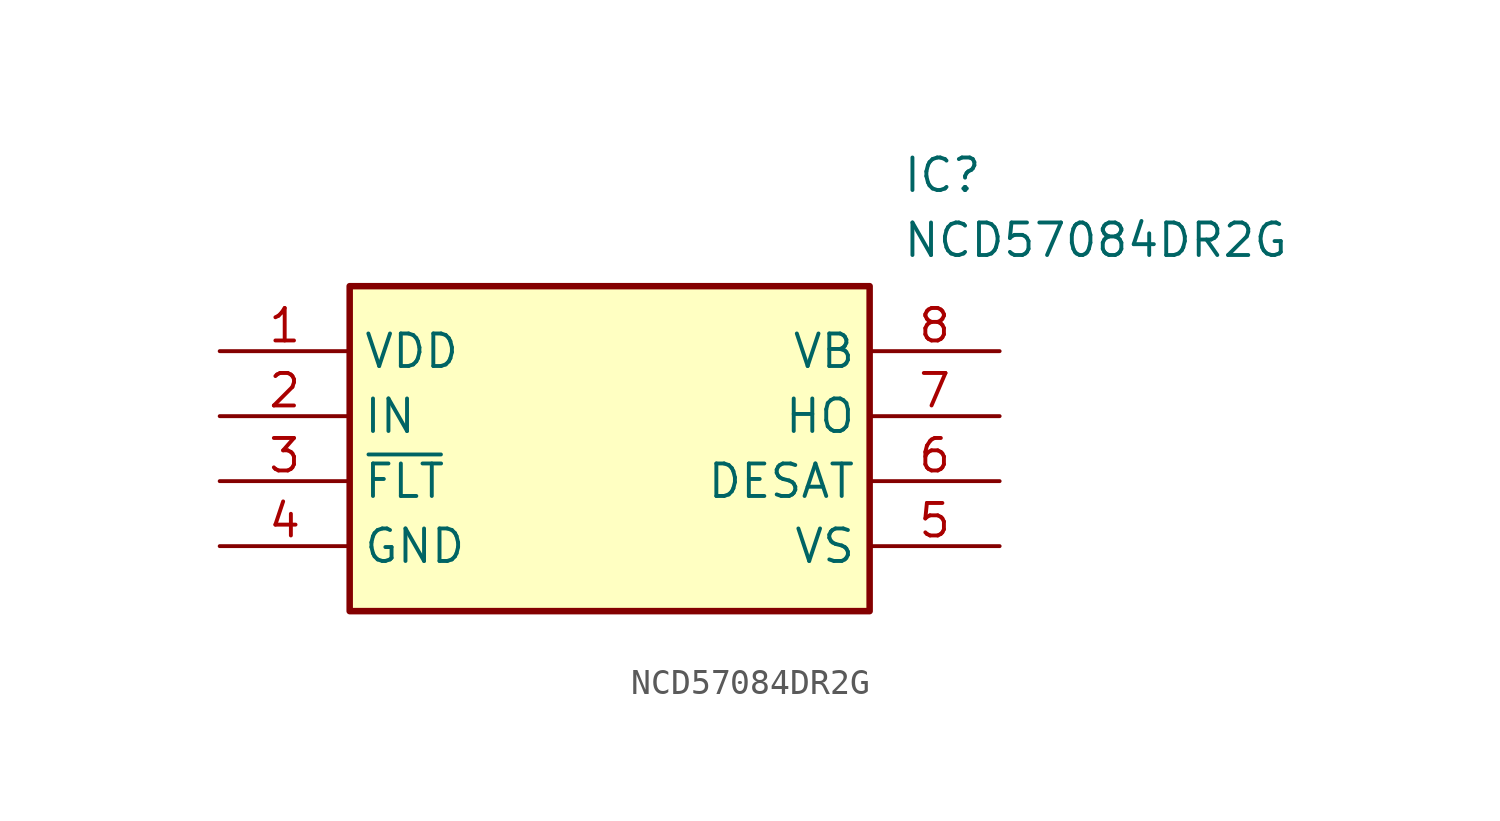
<source format=kicad_sym>
(kicad_symbol_lib
  (version 20211014)
  (generator SamacSys_ECAD_Model)
  (symbol "NCD57084DR2G"
    (property "Reference" "IC"
      (at 26.67 7.62 0)
      (effects (font (size 1.27 1.27)) (justify left top)))
    (property "Value" "NCD57084DR2G"
      (at 26.67 5.08 0)
      (effects (font (size 1.27 1.27)) (justify left top)))
    (rectangle
      (start 5.08 2.54)
      (end 25.4 -10.16)
      (stroke (width 0.254) (type default))
      (fill (type background)))
    (pin passive line
      (at 0 0 0)
      (length 5.08)
      (name "VDD" (effects (font (size 1.27 1.27))))
      (number "1" (effects (font (size 1.27 1.27)))))
    (pin passive line
      (at 0 -2.54 0)
      (length 5.08)
      (name "IN" (effects (font (size 1.27 1.27))))
      (number "2" (effects (font (size 1.27 1.27)))))
    (pin passive line
      (at 0 -5.08 0)
      (length 5.08)
      (name "~{FLT}" (effects (font (size 1.27 1.27))))
      (number "3" (effects (font (size 1.27 1.27)))))
    (pin passive line
      (at 0 -7.62 0)
      (length 5.08)
      (name "GND" (effects (font (size 1.27 1.27))))
      (number "4" (effects (font (size 1.27 1.27)))))
    (pin passive line
      (at 30.48 0 180)
      (length 5.08)
      (name "VB" (effects (font (size 1.27 1.27))))
      (number "8" (effects (font (size 1.27 1.27)))))
    (pin passive line
      (at 30.48 -2.54 180)
      (length 5.08)
      (name "HO" (effects (font (size 1.27 1.27))))
      (number "7" (effects (font (size 1.27 1.27)))))
    (pin passive line
      (at 30.48 -5.08 180)
      (length 5.08)
      (name "DESAT" (effects (font (size 1.27 1.27))))
      (number "6" (effects (font (size 1.27 1.27)))))
    (pin passive line
      (at 30.48 -7.62 180)
      (length 5.08)
      (name "VS" (effects (font (size 1.27 1.27))))
      (number "5" (effects (font (size 1.27 1.27)))))))
</source>
